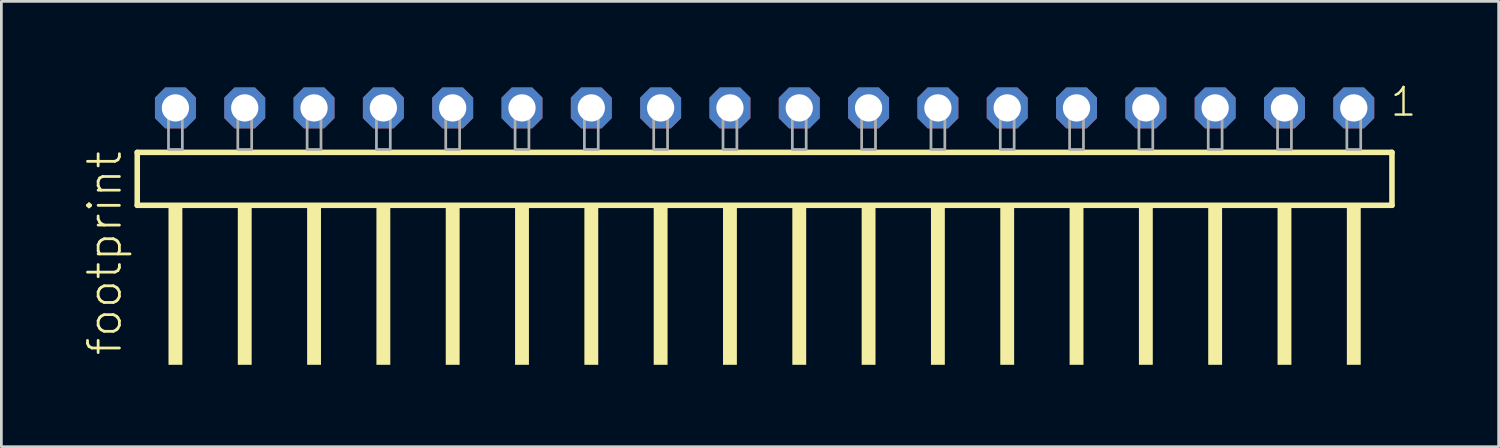
<source format=kicad_pcb>
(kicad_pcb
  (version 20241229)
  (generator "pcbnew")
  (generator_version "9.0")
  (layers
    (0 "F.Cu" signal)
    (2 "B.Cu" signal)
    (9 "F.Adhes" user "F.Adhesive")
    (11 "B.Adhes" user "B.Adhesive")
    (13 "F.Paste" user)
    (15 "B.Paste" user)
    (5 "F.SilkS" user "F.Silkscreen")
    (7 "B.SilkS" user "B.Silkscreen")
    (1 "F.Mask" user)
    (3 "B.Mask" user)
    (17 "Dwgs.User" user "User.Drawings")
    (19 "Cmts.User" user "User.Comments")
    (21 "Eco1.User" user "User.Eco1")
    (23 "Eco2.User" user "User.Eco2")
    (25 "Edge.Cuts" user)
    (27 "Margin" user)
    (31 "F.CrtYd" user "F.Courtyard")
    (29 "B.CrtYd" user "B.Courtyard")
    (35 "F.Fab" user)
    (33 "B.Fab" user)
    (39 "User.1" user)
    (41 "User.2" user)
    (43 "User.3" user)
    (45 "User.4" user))
  (footprint "footprint"
    (layer "F.Cu")
    (at 24.968 2.428)
    (property "Reference" "footprint" (at -23.495 7.62 90) (layer "F.SilkS") (effects (font (size 1.168 1.168) (thickness 0.102)) (justify left bottom)))
    (fp_line (start -22.989 0.106) (end -22.989 2.046) (stroke (width 0.203) (type solid)) (layer "F.SilkS"))
    (fp_line (start -22.989 2.046) (end 22.989 2.046) (stroke (width 0.203) (type solid)) (layer "F.SilkS"))
    (fp_line (start 22.989 0.106) (end -22.989 0.106) (stroke (width 0.203) (type solid)) (layer "F.SilkS"))
    (fp_line (start 22.989 2.046) (end 22.989 0.106) (stroke (width 0.203) (type solid)) (layer "F.SilkS"))
    (fp_poly (pts (xy -21.844 7.89) (xy -21.336 7.89) (xy -21.336 2.04) (xy -21.844 2.04)) (stroke (width 0) (type solid)) (fill yes) (layer "F.SilkS"))
    (fp_poly (pts (xy -19.304 7.89) (xy -18.796 7.89) (xy -18.796 2.04) (xy -19.304 2.04)) (stroke (width 0) (type solid)) (fill yes) (layer "F.SilkS"))
    (fp_poly (pts (xy -16.764 7.89) (xy -16.256 7.89) (xy -16.256 2.04) (xy -16.764 2.04)) (stroke (width 0) (type solid)) (fill yes) (layer "F.SilkS"))
    (fp_poly (pts (xy -14.224 7.89) (xy -13.716 7.89) (xy -13.716 2.04) (xy -14.224 2.04)) (stroke (width 0) (type solid)) (fill yes) (layer "F.SilkS"))
    (fp_poly (pts (xy -11.684 7.89) (xy -11.176 7.89) (xy -11.176 2.04) (xy -11.684 2.04)) (stroke (width 0) (type solid)) (fill yes) (layer "F.SilkS"))
    (fp_poly (pts (xy -9.144 7.89) (xy -8.636 7.89) (xy -8.636 2.04) (xy -9.144 2.04)) (stroke (width 0) (type solid)) (fill yes) (layer "F.SilkS"))
    (fp_poly (pts (xy -6.604 7.89) (xy -6.096 7.89) (xy -6.096 2.04) (xy -6.604 2.04)) (stroke (width 0) (type solid)) (fill yes) (layer "F.SilkS"))
    (fp_poly (pts (xy -4.064 7.89) (xy -3.556 7.89) (xy -3.556 2.04) (xy -4.064 2.04)) (stroke (width 0) (type solid)) (fill yes) (layer "F.SilkS"))
    (fp_poly (pts (xy -1.524 7.89) (xy -1.016 7.89) (xy -1.016 2.04) (xy -1.524 2.04)) (stroke (width 0) (type solid)) (fill yes) (layer "F.SilkS"))
    (fp_poly (pts (xy 1.016 7.89) (xy 1.524 7.89) (xy 1.524 2.04) (xy 1.016 2.04)) (stroke (width 0) (type solid)) (fill yes) (layer "F.SilkS"))
    (fp_poly (pts (xy 3.556 7.89) (xy 4.064 7.89) (xy 4.064 2.04) (xy 3.556 2.04)) (stroke (width 0) (type solid)) (fill yes) (layer "F.SilkS"))
    (fp_poly (pts (xy 6.096 7.89) (xy 6.604 7.89) (xy 6.604 2.04) (xy 6.096 2.04)) (stroke (width 0) (type solid)) (fill yes) (layer "F.SilkS"))
    (fp_poly (pts (xy 8.636 7.89) (xy 9.144 7.89) (xy 9.144 2.04) (xy 8.636 2.04)) (stroke (width 0) (type solid)) (fill yes) (layer "F.SilkS"))
    (fp_poly (pts (xy 11.176 7.89) (xy 11.684 7.89) (xy 11.684 2.04) (xy 11.176 2.04)) (stroke (width 0) (type solid)) (fill yes) (layer "F.SilkS"))
    (fp_poly (pts (xy 13.716 7.89) (xy 14.224 7.89) (xy 14.224 2.04) (xy 13.716 2.04)) (stroke (width 0) (type solid)) (fill yes) (layer "F.SilkS"))
    (fp_poly (pts (xy 16.256 7.89) (xy 16.764 7.89) (xy 16.764 2.04) (xy 16.256 2.04)) (stroke (width 0) (type solid)) (fill yes) (layer "F.SilkS"))
    (fp_poly (pts (xy 18.796 7.89) (xy 19.304 7.89) (xy 19.304 2.04) (xy 18.796 2.04)) (stroke (width 0) (type solid)) (fill yes) (layer "F.SilkS"))
    (fp_poly (pts (xy 21.336 7.89) (xy 21.844 7.89) (xy 21.844 2.04) (xy 21.336 2.04)) (stroke (width 0) (type solid)) (fill yes) (layer "F.SilkS"))
    (fp_poly (pts (xy -21.844 0) (xy -21.336 0) (xy -21.336 -1.778) (xy -21.844 -1.778)) (stroke (width 0.1) (type solid)) (fill no) (layer "F.Fab"))
    (fp_poly (pts (xy -19.304 0) (xy -18.796 0) (xy -18.796 -1.778) (xy -19.304 -1.778)) (stroke (width 0.1) (type solid)) (fill no) (layer "F.Fab"))
    (fp_poly (pts (xy -16.764 0) (xy -16.256 0) (xy -16.256 -1.778) (xy -16.764 -1.778)) (stroke (width 0.1) (type solid)) (fill no) (layer "F.Fab"))
    (fp_poly (pts (xy -14.224 0) (xy -13.716 0) (xy -13.716 -1.778) (xy -14.224 -1.778)) (stroke (width 0.1) (type solid)) (fill no) (layer "F.Fab"))
    (fp_poly (pts (xy -11.684 0) (xy -11.176 0) (xy -11.176 -1.778) (xy -11.684 -1.778)) (stroke (width 0.1) (type solid)) (fill no) (layer "F.Fab"))
    (fp_poly (pts (xy -9.144 0) (xy -8.636 0) (xy -8.636 -1.778) (xy -9.144 -1.778)) (stroke (width 0.1) (type solid)) (fill no) (layer "F.Fab"))
    (fp_poly (pts (xy -6.604 0) (xy -6.096 0) (xy -6.096 -1.778) (xy -6.604 -1.778)) (stroke (width 0.1) (type solid)) (fill no) (layer "F.Fab"))
    (fp_poly (pts (xy -4.064 0) (xy -3.556 0) (xy -3.556 -1.778) (xy -4.064 -1.778)) (stroke (width 0.1) (type solid)) (fill no) (layer "F.Fab"))
    (fp_poly (pts (xy -1.524 0) (xy -1.016 0) (xy -1.016 -1.778) (xy -1.524 -1.778)) (stroke (width 0.1) (type solid)) (fill no) (layer "F.Fab"))
    (fp_poly (pts (xy 1.016 0) (xy 1.524 0) (xy 1.524 -1.778) (xy 1.016 -1.778)) (stroke (width 0.1) (type solid)) (fill no) (layer "F.Fab"))
    (fp_poly (pts (xy 3.556 0) (xy 4.064 0) (xy 4.064 -1.778) (xy 3.556 -1.778)) (stroke (width 0.1) (type solid)) (fill no) (layer "F.Fab"))
    (fp_poly (pts (xy 6.096 0) (xy 6.604 0) (xy 6.604 -1.778) (xy 6.096 -1.778)) (stroke (width 0.1) (type solid)) (fill no) (layer "F.Fab"))
    (fp_poly (pts (xy 8.636 0) (xy 9.144 0) (xy 9.144 -1.778) (xy 8.636 -1.778)) (stroke (width 0.1) (type solid)) (fill no) (layer "F.Fab"))
    (fp_poly (pts (xy 11.176 0) (xy 11.684 0) (xy 11.684 -1.778) (xy 11.176 -1.778)) (stroke (width 0.1) (type solid)) (fill no) (layer "F.Fab"))
    (fp_poly (pts (xy 13.716 0) (xy 14.224 0) (xy 14.224 -1.778) (xy 13.716 -1.778)) (stroke (width 0.1) (type solid)) (fill no) (layer "F.Fab"))
    (fp_poly (pts (xy 16.256 0) (xy 16.764 0) (xy 16.764 -1.778) (xy 16.256 -1.778)) (stroke (width 0.1) (type solid)) (fill no) (layer "F.Fab"))
    (fp_poly (pts (xy 18.796 0) (xy 19.304 0) (xy 19.304 -1.778) (xy 18.796 -1.778)) (stroke (width 0.1) (type solid)) (fill no) (layer "F.Fab"))
    (fp_poly (pts (xy 21.336 0) (xy 21.844 0) (xy 21.844 -1.778) (xy 21.336 -1.778)) (stroke (width 0.1) (type solid)) (fill no) (layer "F.Fab"))
    (fp_text user "1" (at 22.872 -1.152 0) (layer "F.SilkS") (effects (font (size 1.012 1.012) (thickness 0.088)) (justify left bottom)))
    (pad "1" thru_hole roundrect (at 21.59 -1.524 180) (size 1.5 1.5) (drill 1) (layers "*.Cu" "*.Mask") (roundrect_rratio 0.25) (chamfer_ratio 0.25) (chamfer top_left top_right bottom_left bottom_right))
    (pad "2" thru_hole roundrect (at 19.05 -1.524 180) (size 1.5 1.5) (drill 1) (layers "*.Cu" "*.Mask") (roundrect_rratio 0.25) (chamfer_ratio 0.25) (chamfer top_left top_right bottom_left bottom_right))
    (pad "3" thru_hole roundrect (at 16.51 -1.524 180) (size 1.5 1.5) (drill 1) (layers "*.Cu" "*.Mask") (roundrect_rratio 0.25) (chamfer_ratio 0.25) (chamfer top_left top_right bottom_left bottom_right))
    (pad "4" thru_hole roundrect (at 13.97 -1.524 180) (size 1.5 1.5) (drill 1) (layers "*.Cu" "*.Mask") (roundrect_rratio 0.25) (chamfer_ratio 0.25) (chamfer top_left top_right bottom_left bottom_right))
    (pad "5" thru_hole roundrect (at 11.43 -1.524 180) (size 1.5 1.5) (drill 1) (layers "*.Cu" "*.Mask") (roundrect_rratio 0.25) (chamfer_ratio 0.25) (chamfer top_left top_right bottom_left bottom_right))
    (pad "6" thru_hole roundrect (at 8.89 -1.524 180) (size 1.5 1.5) (drill 1) (layers "*.Cu" "*.Mask") (roundrect_rratio 0.25) (chamfer_ratio 0.25) (chamfer top_left top_right bottom_left bottom_right))
    (pad "7" thru_hole roundrect (at 6.35 -1.524 180) (size 1.5 1.5) (drill 1) (layers "*.Cu" "*.Mask") (roundrect_rratio 0.25) (chamfer_ratio 0.25) (chamfer top_left top_right bottom_left bottom_right))
    (pad "8" thru_hole roundrect (at 3.81 -1.524 180) (size 1.5 1.5) (drill 1) (layers "*.Cu" "*.Mask") (roundrect_rratio 0.25) (chamfer_ratio 0.25) (chamfer top_left top_right bottom_left bottom_right))
    (pad "9" thru_hole roundrect (at 1.27 -1.524 180) (size 1.5 1.5) (drill 1) (layers "*.Cu" "*.Mask") (roundrect_rratio 0.25) (chamfer_ratio 0.25) (chamfer top_left top_right bottom_left bottom_right))
    (pad "10" thru_hole roundrect (at -1.27 -1.524 180) (size 1.5 1.5) (drill 1) (layers "*.Cu" "*.Mask") (roundrect_rratio 0.25) (chamfer_ratio 0.25) (chamfer top_left top_right bottom_left bottom_right))
    (pad "11" thru_hole roundrect (at -3.81 -1.524 180) (size 1.5 1.5) (drill 1) (layers "*.Cu" "*.Mask") (roundrect_rratio 0.25) (chamfer_ratio 0.25) (chamfer top_left top_right bottom_left bottom_right))
    (pad "12" thru_hole roundrect (at -6.35 -1.524 180) (size 1.5 1.5) (drill 1) (layers "*.Cu" "*.Mask") (roundrect_rratio 0.25) (chamfer_ratio 0.25) (chamfer top_left top_right bottom_left bottom_right))
    (pad "13" thru_hole roundrect (at -8.89 -1.524 180) (size 1.5 1.5) (drill 1) (layers "*.Cu" "*.Mask") (roundrect_rratio 0.25) (chamfer_ratio 0.25) (chamfer top_left top_right bottom_left bottom_right))
    (pad "14" thru_hole roundrect (at -11.43 -1.524 180) (size 1.5 1.5) (drill 1) (layers "*.Cu" "*.Mask") (roundrect_rratio 0.25) (chamfer_ratio 0.25) (chamfer top_left top_right bottom_left bottom_right))
    (pad "15" thru_hole roundrect (at -13.97 -1.524 180) (size 1.5 1.5) (drill 1) (layers "*.Cu" "*.Mask") (roundrect_rratio 0.25) (chamfer_ratio 0.25) (chamfer top_left top_right bottom_left bottom_right))
    (pad "16" thru_hole roundrect (at -16.51 -1.524 180) (size 1.5 1.5) (drill 1) (layers "*.Cu" "*.Mask") (roundrect_rratio 0.25) (chamfer_ratio 0.25) (chamfer top_left top_right bottom_left bottom_right))
    (pad "17" thru_hole roundrect (at -19.05 -1.524 180) (size 1.5 1.5) (drill 1) (layers "*.Cu" "*.Mask") (roundrect_rratio 0.25) (chamfer_ratio 0.25) (chamfer top_left top_right bottom_left bottom_right))
    (pad "18" thru_hole roundrect (at -21.59 -1.524 180) (size 1.5 1.5) (drill 1) (layers "*.Cu" "*.Mask") (roundrect_rratio 0.25) (chamfer_ratio 0.25) (chamfer top_left top_right bottom_left bottom_right)))
  (gr_rect
    (start -3 -3)
    (end 51.866 13.318)
    (stroke (width 0.1) (type default))
    (fill no)
    (layer "Edge.Cuts")))
</source>
